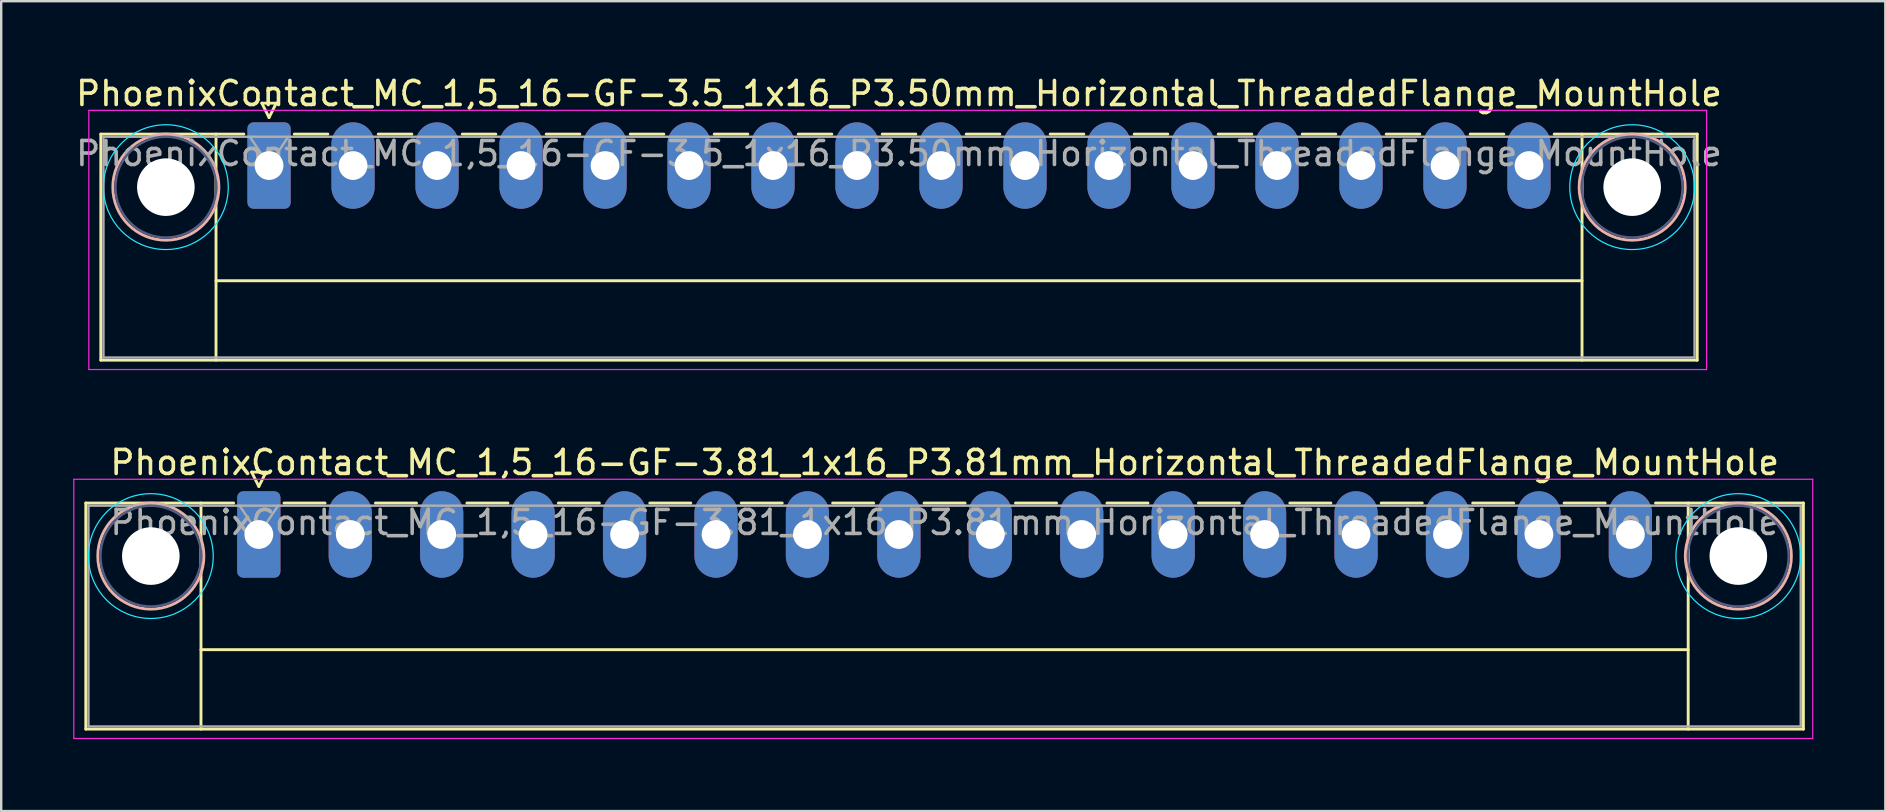
<source format=kicad_pcb>
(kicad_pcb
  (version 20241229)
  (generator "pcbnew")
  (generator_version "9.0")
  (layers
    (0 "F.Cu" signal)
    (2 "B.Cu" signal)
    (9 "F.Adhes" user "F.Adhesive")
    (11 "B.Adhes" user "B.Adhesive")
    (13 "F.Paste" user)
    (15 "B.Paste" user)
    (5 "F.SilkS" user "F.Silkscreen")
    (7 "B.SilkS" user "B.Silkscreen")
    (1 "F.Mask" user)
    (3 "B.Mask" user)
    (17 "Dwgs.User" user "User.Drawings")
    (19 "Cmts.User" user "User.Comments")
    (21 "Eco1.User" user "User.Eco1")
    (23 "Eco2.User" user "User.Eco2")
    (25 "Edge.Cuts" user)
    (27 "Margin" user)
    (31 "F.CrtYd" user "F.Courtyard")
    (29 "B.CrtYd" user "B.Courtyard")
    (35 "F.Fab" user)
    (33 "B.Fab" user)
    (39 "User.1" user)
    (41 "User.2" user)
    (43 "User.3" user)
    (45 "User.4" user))
  (footprint "PhoenixContact_MC_1,5_16-GF-3.81_1x16_P3.81mm_Horizontal_ThreadedFlange_MountHole"
    (layer "F.Cu")
    (at 7.735 19.221)
    (property "Reference" "PhoenixContact_MC_1,5_16-GF-3.81_1x16_P3.81mm_Horizontal_ThreadedFlange_MountHole" (at 28.58 -3 0) (layer "F.SilkS") (effects (font (size 1 1) (thickness 0.15))))
    (attr through_hole)
    (fp_line (start -7.21 -1.31) (end -7.21 8.11) (stroke (width 0.12) (type solid)) (layer "F.SilkS"))
    (fp_line (start -7.21 -1.31) (end -1.05 -1.31) (stroke (width 0.12) (type solid)) (layer "F.SilkS"))
    (fp_line (start -7.21 8.11) (end 64.36 8.11) (stroke (width 0.12) (type solid)) (layer "F.SilkS"))
    (fp_line (start -2.41 -1.31) (end -2.41 8.11) (stroke (width 0.12) (type solid)) (layer "F.SilkS"))
    (fp_line (start -2.41 4.8) (end 59.56 4.8) (stroke (width 0.12) (type solid)) (layer "F.SilkS"))
    (fp_line (start -0.3 -2.6) (end 0.3 -2.6) (stroke (width 0.12) (type solid)) (layer "F.SilkS"))
    (fp_line (start 0 -2) (end -0.3 -2.6) (stroke (width 0.12) (type solid)) (layer "F.SilkS"))
    (fp_line (start 0.3 -2.6) (end 0 -2) (stroke (width 0.12) (type solid)) (layer "F.SilkS"))
    (fp_line (start 1.05 -1.31) (end 2.76 -1.31) (stroke (width 0.12) (type solid)) (layer "F.SilkS"))
    (fp_line (start 4.86 -1.31) (end 6.57 -1.31) (stroke (width 0.12) (type solid)) (layer "F.SilkS"))
    (fp_line (start 8.67 -1.31) (end 10.38 -1.31) (stroke (width 0.12) (type solid)) (layer "F.SilkS"))
    (fp_line (start 12.48 -1.31) (end 14.19 -1.31) (stroke (width 0.12) (type solid)) (layer "F.SilkS"))
    (fp_line (start 16.29 -1.31) (end 18 -1.31) (stroke (width 0.12) (type solid)) (layer "F.SilkS"))
    (fp_line (start 20.1 -1.31) (end 21.81 -1.31) (stroke (width 0.12) (type solid)) (layer "F.SilkS"))
    (fp_line (start 23.91 -1.31) (end 25.62 -1.31) (stroke (width 0.12) (type solid)) (layer "F.SilkS"))
    (fp_line (start 27.72 -1.31) (end 29.43 -1.31) (stroke (width 0.12) (type solid)) (layer "F.SilkS"))
    (fp_line (start 31.53 -1.31) (end 33.24 -1.31) (stroke (width 0.12) (type solid)) (layer "F.SilkS"))
    (fp_line (start 35.34 -1.31) (end 37.05 -1.31) (stroke (width 0.12) (type solid)) (layer "F.SilkS"))
    (fp_line (start 39.15 -1.31) (end 40.86 -1.31) (stroke (width 0.12) (type solid)) (layer "F.SilkS"))
    (fp_line (start 42.96 -1.31) (end 44.67 -1.31) (stroke (width 0.12) (type solid)) (layer "F.SilkS"))
    (fp_line (start 46.77 -1.31) (end 48.48 -1.31) (stroke (width 0.12) (type solid)) (layer "F.SilkS"))
    (fp_line (start 50.58 -1.31) (end 52.29 -1.31) (stroke (width 0.12) (type solid)) (layer "F.SilkS"))
    (fp_line (start 54.39 -1.31) (end 56.1 -1.31) (stroke (width 0.12) (type solid)) (layer "F.SilkS"))
    (fp_line (start 59.56 -1.31) (end 59.56 8.11) (stroke (width 0.12) (type solid)) (layer "F.SilkS"))
    (fp_line (start 64.36 -1.31) (end 58.2 -1.31) (stroke (width 0.12) (type solid)) (layer "F.SilkS"))
    (fp_line (start 64.36 8.11) (end 64.36 -1.31) (stroke (width 0.12) (type solid)) (layer "F.SilkS"))
    (fp_circle (center -4.5 0.9) (end -2.29 0.9) (stroke (width 0.12) (type solid)) (fill no) (layer "B.SilkS"))
    (fp_circle (center 61.65 0.9) (end 63.86 0.9) (stroke (width 0.12) (type solid)) (fill no) (layer "B.SilkS"))
    (fp_circle (center -4.5 0.9) (end -1.9 0.9) (stroke (width 0.05) (type solid)) (fill no) (layer "B.CrtYd"))
    (fp_circle (center 61.65 0.9) (end 64.25 0.9) (stroke (width 0.05) (type solid)) (fill no) (layer "B.CrtYd"))
    (fp_line (start -7.71 -2.3) (end -7.71 8.5) (stroke (width 0.05) (type solid)) (layer "F.CrtYd"))
    (fp_line (start -7.71 8.5) (end 64.75 8.5) (stroke (width 0.05) (type solid)) (layer "F.CrtYd"))
    (fp_line (start 64.75 -2.3) (end -7.71 -2.3) (stroke (width 0.05) (type solid)) (layer "F.CrtYd"))
    (fp_line (start 64.75 8.5) (end 64.75 -2.3) (stroke (width 0.05) (type solid)) (layer "F.CrtYd"))
    (fp_circle (center -4.5 0.9) (end -2.4 0.9) (stroke (width 0.1) (type solid)) (fill no) (layer "B.Fab"))
    (fp_circle (center 61.65 0.9) (end 63.75 0.9) (stroke (width 0.1) (type solid)) (fill no) (layer "B.Fab"))
    (fp_line (start -7.1 -1.2) (end -7.1 8) (stroke (width 0.1) (type solid)) (layer "F.Fab"))
    (fp_line (start -7.1 8) (end 64.25 8) (stroke (width 0.1) (type solid)) (layer "F.Fab"))
    (fp_line (start 0 0) (end -0.8 -1.2) (stroke (width 0.1) (type solid)) (layer "F.Fab"))
    (fp_line (start 0.8 -1.2) (end 0 0) (stroke (width 0.1) (type solid)) (layer "F.Fab"))
    (fp_line (start 64.25 -1.2) (end -7.1 -1.2) (stroke (width 0.1) (type solid)) (layer "F.Fab"))
    (fp_line (start 64.25 8) (end 64.25 -1.2) (stroke (width 0.1) (type solid)) (layer "F.Fab"))
    (fp_text user "${REFERENCE}" (at 28.58 -0.5 0) (layer "F.Fab") (effects (font (size 1 1) (thickness 0.15))))
    (pad "" np_thru_hole circle (at -4.5 0.9) (size 2.4 2.4) (drill 2.4) (layers "*.Cu" "*.Mask"))
    (pad "" np_thru_hole circle (at 61.65 0.9) (size 2.4 2.4) (drill 2.4) (layers "*.Cu" "*.Mask"))
    (pad "1" thru_hole roundrect (at 0 0) (size 1.8 3.6) (drill 1.2) (layers "*.Cu" "*.Mask") (roundrect_rratio 0.139))
    (pad "2" thru_hole oval (at 3.81 0) (size 1.8 3.6) (drill 1.2) (layers "*.Cu" "*.Mask"))
    (pad "3" thru_hole oval (at 7.62 0) (size 1.8 3.6) (drill 1.2) (layers "*.Cu" "*.Mask"))
    (pad "4" thru_hole oval (at 11.43 0) (size 1.8 3.6) (drill 1.2) (layers "*.Cu" "*.Mask"))
    (pad "5" thru_hole oval (at 15.24 0) (size 1.8 3.6) (drill 1.2) (layers "*.Cu" "*.Mask"))
    (pad "6" thru_hole oval (at 19.05 0) (size 1.8 3.6) (drill 1.2) (layers "*.Cu" "*.Mask"))
    (pad "7" thru_hole oval (at 22.86 0) (size 1.8 3.6) (drill 1.2) (layers "*.Cu" "*.Mask"))
    (pad "8" thru_hole oval (at 26.67 0) (size 1.8 3.6) (drill 1.2) (layers "*.Cu" "*.Mask"))
    (pad "9" thru_hole oval (at 30.48 0) (size 1.8 3.6) (drill 1.2) (layers "*.Cu" "*.Mask"))
    (pad "10" thru_hole oval (at 34.29 0) (size 1.8 3.6) (drill 1.2) (layers "*.Cu" "*.Mask"))
    (pad "11" thru_hole oval (at 38.1 0) (size 1.8 3.6) (drill 1.2) (layers "*.Cu" "*.Mask"))
    (pad "12" thru_hole oval (at 41.91 0) (size 1.8 3.6) (drill 1.2) (layers "*.Cu" "*.Mask"))
    (pad "13" thru_hole oval (at 45.72 0) (size 1.8 3.6) (drill 1.2) (layers "*.Cu" "*.Mask"))
    (pad "14" thru_hole oval (at 49.53 0) (size 1.8 3.6) (drill 1.2) (layers "*.Cu" "*.Mask"))
    (pad "15" thru_hole oval (at 53.34 0) (size 1.8 3.6) (drill 1.2) (layers "*.Cu" "*.Mask"))
    (pad "16" thru_hole oval (at 57.15 0) (size 1.8 3.6) (drill 1.2) (layers "*.Cu" "*.Mask")))
  (footprint "PhoenixContact_MC_1,5_16-GF-3.5_1x16_P3.50mm_Horizontal_ThreadedFlange_MountHole"
    (layer "F.Cu")
    (at 8.161 3.848)
    (property "Reference" "PhoenixContact_MC_1,5_16-GF-3.5_1x16_P3.50mm_Horizontal_ThreadedFlange_MountHole" (at 26.25 -3 0) (layer "F.SilkS") (effects (font (size 1 1) (thickness 0.15))))
    (attr through_hole)
    (fp_line (start -7.01 -1.31) (end -7.01 8.11) (stroke (width 0.12) (type solid)) (layer "F.SilkS"))
    (fp_line (start -7.01 -1.31) (end -1.05 -1.31) (stroke (width 0.12) (type solid)) (layer "F.SilkS"))
    (fp_line (start -7.01 8.11) (end 59.51 8.11) (stroke (width 0.12) (type solid)) (layer "F.SilkS"))
    (fp_line (start -2.21 -1.31) (end -2.21 8.11) (stroke (width 0.12) (type solid)) (layer "F.SilkS"))
    (fp_line (start -2.21 4.8) (end 54.71 4.8) (stroke (width 0.12) (type solid)) (layer "F.SilkS"))
    (fp_line (start -0.3 -2.6) (end 0.3 -2.6) (stroke (width 0.12) (type solid)) (layer "F.SilkS"))
    (fp_line (start 0 -2) (end -0.3 -2.6) (stroke (width 0.12) (type solid)) (layer "F.SilkS"))
    (fp_line (start 0.3 -2.6) (end 0 -2) (stroke (width 0.12) (type solid)) (layer "F.SilkS"))
    (fp_line (start 1.05 -1.31) (end 2.45 -1.31) (stroke (width 0.12) (type solid)) (layer "F.SilkS"))
    (fp_line (start 4.55 -1.31) (end 5.95 -1.31) (stroke (width 0.12) (type solid)) (layer "F.SilkS"))
    (fp_line (start 8.05 -1.31) (end 9.45 -1.31) (stroke (width 0.12) (type solid)) (layer "F.SilkS"))
    (fp_line (start 11.55 -1.31) (end 12.95 -1.31) (stroke (width 0.12) (type solid)) (layer "F.SilkS"))
    (fp_line (start 15.05 -1.31) (end 16.45 -1.31) (stroke (width 0.12) (type solid)) (layer "F.SilkS"))
    (fp_line (start 18.55 -1.31) (end 19.95 -1.31) (stroke (width 0.12) (type solid)) (layer "F.SilkS"))
    (fp_line (start 22.05 -1.31) (end 23.45 -1.31) (stroke (width 0.12) (type solid)) (layer "F.SilkS"))
    (fp_line (start 25.55 -1.31) (end 26.95 -1.31) (stroke (width 0.12) (type solid)) (layer "F.SilkS"))
    (fp_line (start 29.05 -1.31) (end 30.45 -1.31) (stroke (width 0.12) (type solid)) (layer "F.SilkS"))
    (fp_line (start 32.55 -1.31) (end 33.95 -1.31) (stroke (width 0.12) (type solid)) (layer "F.SilkS"))
    (fp_line (start 36.05 -1.31) (end 37.45 -1.31) (stroke (width 0.12) (type solid)) (layer "F.SilkS"))
    (fp_line (start 39.55 -1.31) (end 40.95 -1.31) (stroke (width 0.12) (type solid)) (layer "F.SilkS"))
    (fp_line (start 43.05 -1.31) (end 44.45 -1.31) (stroke (width 0.12) (type solid)) (layer "F.SilkS"))
    (fp_line (start 46.55 -1.31) (end 47.95 -1.31) (stroke (width 0.12) (type solid)) (layer "F.SilkS"))
    (fp_line (start 50.05 -1.31) (end 51.45 -1.31) (stroke (width 0.12) (type solid)) (layer "F.SilkS"))
    (fp_line (start 54.71 -1.31) (end 54.71 8.11) (stroke (width 0.12) (type solid)) (layer "F.SilkS"))
    (fp_line (start 59.51 -1.31) (end 53.55 -1.31) (stroke (width 0.12) (type solid)) (layer "F.SilkS"))
    (fp_line (start 59.51 8.11) (end 59.51 -1.31) (stroke (width 0.12) (type solid)) (layer "F.SilkS"))
    (fp_circle (center -4.3 0.9) (end -2.09 0.9) (stroke (width 0.12) (type solid)) (fill no) (layer "B.SilkS"))
    (fp_circle (center 56.8 0.9) (end 59.01 0.9) (stroke (width 0.12) (type solid)) (fill no) (layer "B.SilkS"))
    (fp_circle (center -4.3 0.9) (end -1.7 0.9) (stroke (width 0.05) (type solid)) (fill no) (layer "B.CrtYd"))
    (fp_circle (center 56.8 0.9) (end 59.4 0.9) (stroke (width 0.05) (type solid)) (fill no) (layer "B.CrtYd"))
    (fp_line (start -7.51 -2.3) (end -7.51 8.5) (stroke (width 0.05) (type solid)) (layer "F.CrtYd"))
    (fp_line (start -7.51 8.5) (end 59.9 8.5) (stroke (width 0.05) (type solid)) (layer "F.CrtYd"))
    (fp_line (start 59.9 -2.3) (end -7.51 -2.3) (stroke (width 0.05) (type solid)) (layer "F.CrtYd"))
    (fp_line (start 59.9 8.5) (end 59.9 -2.3) (stroke (width 0.05) (type solid)) (layer "F.CrtYd"))
    (fp_circle (center -4.3 0.9) (end -2.2 0.9) (stroke (width 0.1) (type solid)) (fill no) (layer "B.Fab"))
    (fp_circle (center 56.8 0.9) (end 58.9 0.9) (stroke (width 0.1) (type solid)) (fill no) (layer "B.Fab"))
    (fp_line (start -6.9 -1.2) (end -6.9 8) (stroke (width 0.1) (type solid)) (layer "F.Fab"))
    (fp_line (start -6.9 8) (end 59.4 8) (stroke (width 0.1) (type solid)) (layer "F.Fab"))
    (fp_line (start 0 0) (end -0.8 -1.2) (stroke (width 0.1) (type solid)) (layer "F.Fab"))
    (fp_line (start 0.8 -1.2) (end 0 0) (stroke (width 0.1) (type solid)) (layer "F.Fab"))
    (fp_line (start 59.4 -1.2) (end -6.9 -1.2) (stroke (width 0.1) (type solid)) (layer "F.Fab"))
    (fp_line (start 59.4 8) (end 59.4 -1.2) (stroke (width 0.1) (type solid)) (layer "F.Fab"))
    (fp_text user "${REFERENCE}" (at 26.25 -0.5 0) (layer "F.Fab") (effects (font (size 1 1) (thickness 0.15))))
    (pad "" np_thru_hole circle (at -4.3 0.9) (size 2.4 2.4) (drill 2.4) (layers "*.Cu" "*.Mask"))
    (pad "" np_thru_hole circle (at 56.8 0.9) (size 2.4 2.4) (drill 2.4) (layers "*.Cu" "*.Mask"))
    (pad "1" thru_hole roundrect (at 0 0) (size 1.8 3.6) (drill 1.2) (layers "*.Cu" "*.Mask") (roundrect_rratio 0.139))
    (pad "2" thru_hole oval (at 3.5 0) (size 1.8 3.6) (drill 1.2) (layers "*.Cu" "*.Mask"))
    (pad "3" thru_hole oval (at 7 0) (size 1.8 3.6) (drill 1.2) (layers "*.Cu" "*.Mask"))
    (pad "4" thru_hole oval (at 10.5 0) (size 1.8 3.6) (drill 1.2) (layers "*.Cu" "*.Mask"))
    (pad "5" thru_hole oval (at 14 0) (size 1.8 3.6) (drill 1.2) (layers "*.Cu" "*.Mask"))
    (pad "6" thru_hole oval (at 17.5 0) (size 1.8 3.6) (drill 1.2) (layers "*.Cu" "*.Mask"))
    (pad "7" thru_hole oval (at 21 0) (size 1.8 3.6) (drill 1.2) (layers "*.Cu" "*.Mask"))
    (pad "8" thru_hole oval (at 24.5 0) (size 1.8 3.6) (drill 1.2) (layers "*.Cu" "*.Mask"))
    (pad "9" thru_hole oval (at 28 0) (size 1.8 3.6) (drill 1.2) (layers "*.Cu" "*.Mask"))
    (pad "10" thru_hole oval (at 31.5 0) (size 1.8 3.6) (drill 1.2) (layers "*.Cu" "*.Mask"))
    (pad "11" thru_hole oval (at 35 0) (size 1.8 3.6) (drill 1.2) (layers "*.Cu" "*.Mask"))
    (pad "12" thru_hole oval (at 38.5 0) (size 1.8 3.6) (drill 1.2) (layers "*.Cu" "*.Mask"))
    (pad "13" thru_hole oval (at 42 0) (size 1.8 3.6) (drill 1.2) (layers "*.Cu" "*.Mask"))
    (pad "14" thru_hole oval (at 45.5 0) (size 1.8 3.6) (drill 1.2) (layers "*.Cu" "*.Mask"))
    (pad "15" thru_hole oval (at 49 0) (size 1.8 3.6) (drill 1.2) (layers "*.Cu" "*.Mask"))
    (pad "16" thru_hole oval (at 52.5 0) (size 1.8 3.6) (drill 1.2) (layers "*.Cu" "*.Mask")))
  (gr_rect
    (start -3 -3)
    (end 75.51 30.747)
    (stroke (width 0.1) (type default))
    (fill no)
    (layer "Edge.Cuts")))
</source>
